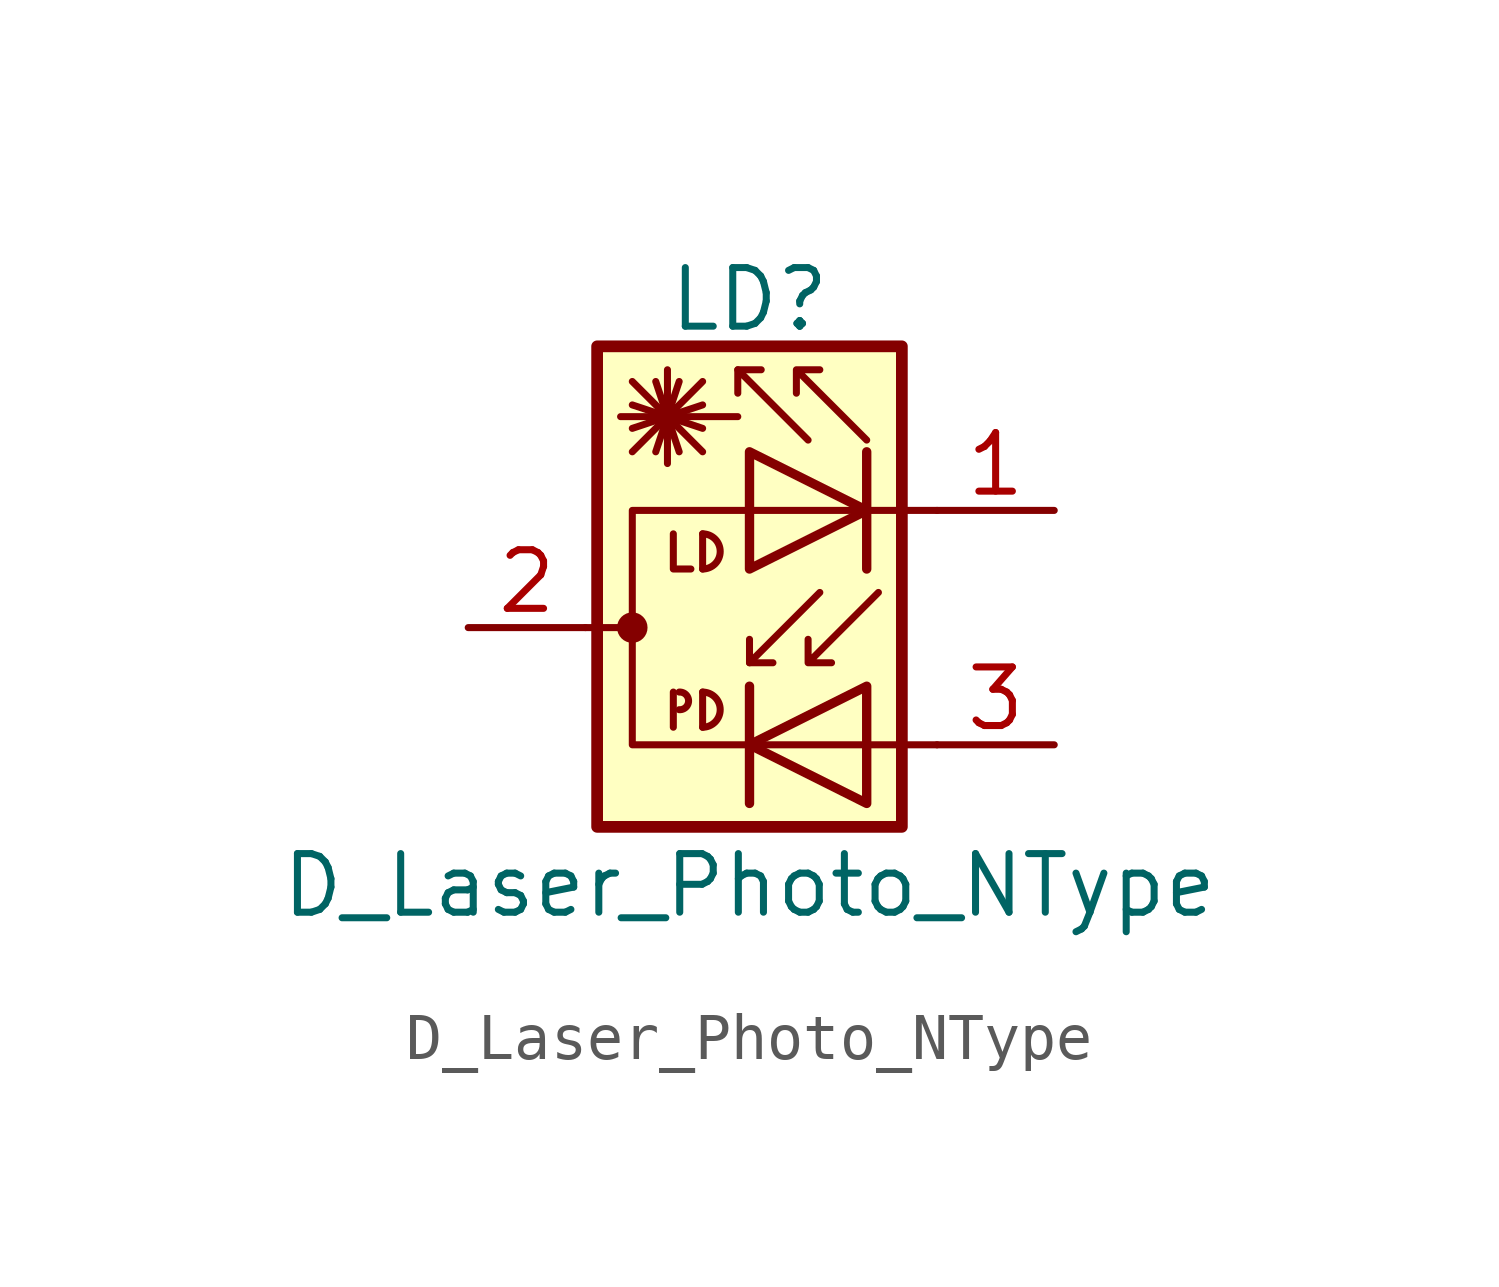
<source format=kicad_sym>
(kicad_symbol_lib
  (version 20241209)
  (generator "kicad_symbol_editor")
  (generator_version "9.0")
  (symbol "D_Laser_Photo_NType"
    (pin_names
      (hide yes))
    (property "Reference" "LD"
      (at 1.016 7.112 0)
      (effects (font (size 1.27 1.27))))
    (property "Value" "D_Laser_Photo_NType"
      (at 1.016 -5.588 0)
      (effects (font (size 1.27 1.27))))
    (symbol "D_Laser_Photo_NType_0_1"
      (polyline (pts (xy -2.54 0) (xy -1.524 0)) (stroke (width 0) (type solid)) (fill (type none)))
      (polyline (pts (xy -1.524 5.334) (xy 0 3.81)) (stroke (width 0) (type solid)) (fill (type none)))
      (polyline (pts (xy -1.524 4.826) (xy 0 4.318)) (stroke (width 0) (type solid)) (fill (type none)))
      (polyline (pts (xy -1.524 4.318) (xy 0 4.826)) (stroke (width 0) (type solid)) (fill (type none)))
      (polyline (pts (xy -1.524 3.81) (xy 0 5.334)) (stroke (width 0) (type solid)) (fill (type none)))
      (circle (center -1.524 0) (radius 0.254) (stroke (width 0) (type solid)) (fill (type outline)))
      (polyline (pts (xy -1.016 5.334) (xy -0.508 3.81)) (stroke (width 0) (type solid)) (fill (type none)))
      (polyline (pts (xy -0.762 4.572) (xy -0.762 5.588)) (stroke (width 0) (type solid)) (fill (type none)))
      (polyline (pts (xy -0.762 4.572) (xy -0.762 3.556)) (stroke (width 0) (type solid)) (fill (type none)))
      (polyline (pts (xy -0.635 2.032) (xy -0.635 1.27) (xy -0.254 1.27)) (stroke (width 0) (type solid)) (fill (type none)))
      (polyline (pts (xy -0.635 -1.397) (xy -0.635 -2.159)) (stroke (width 0) (type solid)) (fill (type none)))
      (polyline (pts (xy -0.508 5.334) (xy -1.016 3.81)) (stroke (width 0) (type solid)) (fill (type none)))
      (arc (start -0.508 -1.397) (mid -0.3048 -1.6002) (end -0.508 -1.778) (stroke (width 0) (type solid)) (fill (type none)))
      (polyline (pts (xy 0 2.032) (xy 0 1.27)) (stroke (width 0) (type solid)) (fill (type none)))
      (arc (start 0 2.032) (mid 0.381 1.651) (end 0 1.27) (stroke (width 0) (type solid)) (fill (type none)))
      (polyline (pts (xy 0 -1.397) (xy 0 -2.159)) (stroke (width 0) (type solid)) (fill (type none)))
      (arc (start 0 -1.397) (mid 0.381 -1.778) (end 0 -2.159) (stroke (width 0) (type solid)) (fill (type none)))
      (polyline (pts (xy 0.762 5.588) (xy 1.27 5.588)) (stroke (width 0) (type solid)) (fill (type none)))
      (polyline (pts (xy 0.762 4.572) (xy -1.778 4.572)) (stroke (width 0) (type solid)) (fill (type none)))
      (polyline (pts (xy 1.016 -0.762) (xy 1.524 -0.762)) (stroke (width 0) (type solid)) (fill (type none)))
      (polyline (pts (xy 1.016 -1.27) (xy 1.016 -3.81)) (stroke (width 0.203) (type solid)) (fill (type none)))
      (polyline (pts (xy 2.286 4.064) (xy 0.762 5.588) (xy 0.762 5.08)) (stroke (width 0) (type solid)) (fill (type none)))
      (polyline (pts (xy 2.54 0.762) (xy 1.016 -0.762) (xy 1.016 -0.254)) (stroke (width 0) (type solid)) (fill (type none)))
      (polyline (pts (xy 3.556 4.064) (xy 2.032 5.588) (xy 2.032 5.08) (xy 2.032 5.588) (xy 2.54 5.588)) (stroke (width 0) (type solid)) (fill (type none)))
      (polyline (pts (xy 3.556 3.81) (xy 3.556 1.27)) (stroke (width 0.203) (type solid)) (fill (type none)))
      (polyline (pts (xy 3.556 -1.27) (xy 3.556 -3.81) (xy 1.016 -2.54) (xy 3.556 -1.27)) (stroke (width 0.203) (type solid)) (fill (type none)))
      (polyline (pts (xy 3.81 0.762) (xy 2.286 -0.762) (xy 2.286 -0.254) (xy 2.286 -0.762) (xy 2.794 -0.762)) (stroke (width 0) (type solid)) (fill (type none)))
      (rectangle (start 4.318 6.096) (end -2.286 -4.318) (stroke (width 0.254) (type solid)) (fill (type background)))
      (polyline (pts (xy 5.08 2.54) (xy -1.524 2.54) (xy -1.524 -2.54) (xy 5.08 -2.54)) (stroke (width 0) (type solid)) (fill (type none))))
    (symbol "D_Laser_Photo_NType_1_1"
      (polyline (pts (xy 1.016 3.81) (xy 1.016 1.27) (xy 3.556 2.54) (xy 1.016 3.81)) (stroke (width 0.203) (type solid)) (fill (type none)))
      (pin passive line (at -5.08 0 0) (length 2.54) (name "~" (effects (font (size 1.27 1.27)))) (number "2" (effects (font (size 1.27 1.27)))))
      (pin passive line (at 7.62 2.54 180) (length 2.54) (name "~" (effects (font (size 1.27 1.27)))) (number "1" (effects (font (size 1.27 1.27)))))
      (pin passive line (at 7.62 -2.54 180) (length 2.54) (name "~" (effects (font (size 1.27 1.27)))) (number "3" (effects (font (size 1.27 1.27))))))))
</source>
